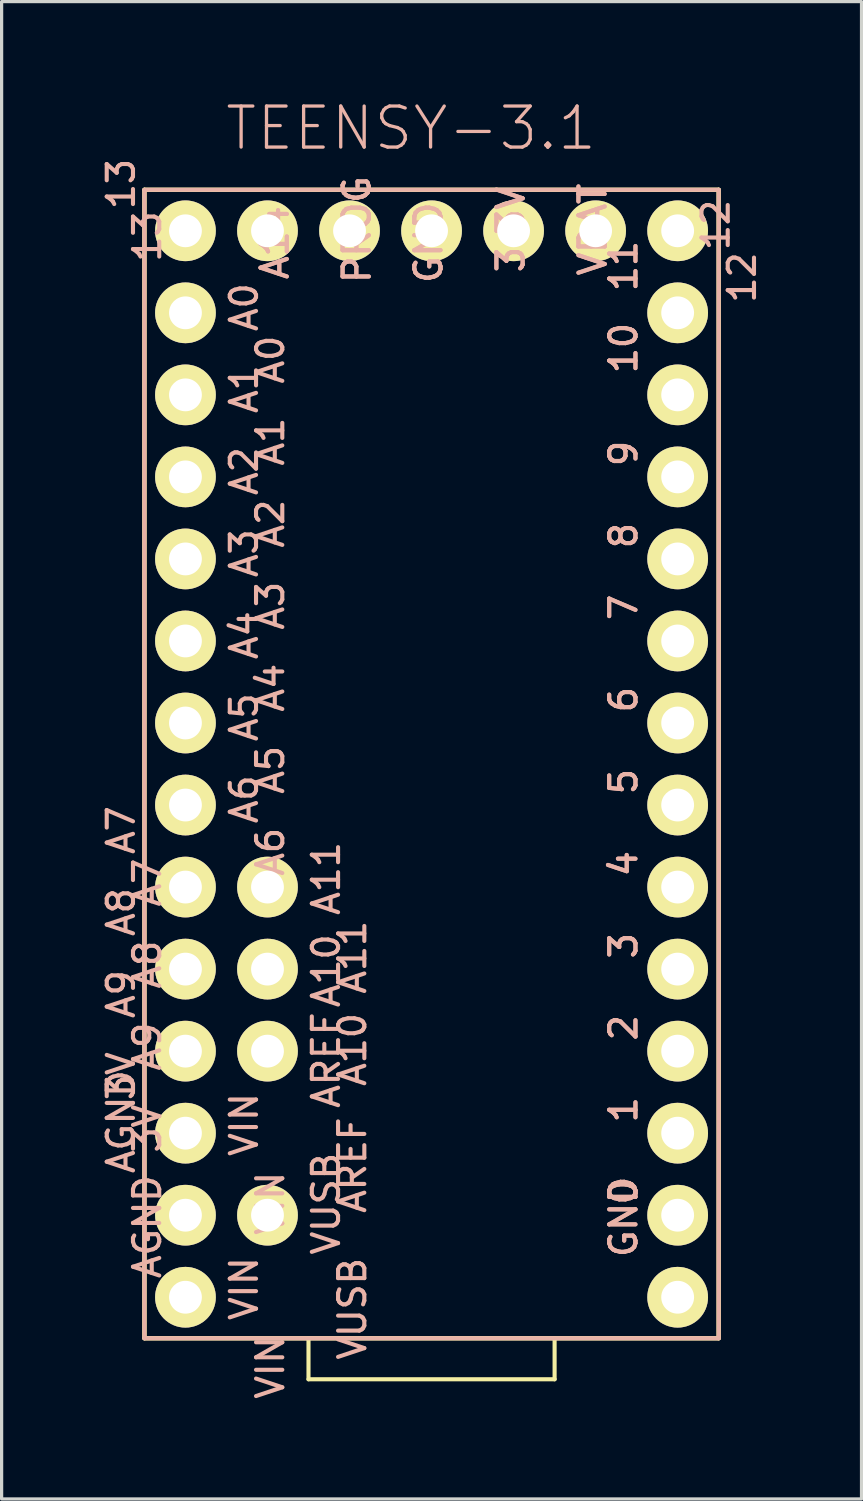
<source format=kicad_pcb>
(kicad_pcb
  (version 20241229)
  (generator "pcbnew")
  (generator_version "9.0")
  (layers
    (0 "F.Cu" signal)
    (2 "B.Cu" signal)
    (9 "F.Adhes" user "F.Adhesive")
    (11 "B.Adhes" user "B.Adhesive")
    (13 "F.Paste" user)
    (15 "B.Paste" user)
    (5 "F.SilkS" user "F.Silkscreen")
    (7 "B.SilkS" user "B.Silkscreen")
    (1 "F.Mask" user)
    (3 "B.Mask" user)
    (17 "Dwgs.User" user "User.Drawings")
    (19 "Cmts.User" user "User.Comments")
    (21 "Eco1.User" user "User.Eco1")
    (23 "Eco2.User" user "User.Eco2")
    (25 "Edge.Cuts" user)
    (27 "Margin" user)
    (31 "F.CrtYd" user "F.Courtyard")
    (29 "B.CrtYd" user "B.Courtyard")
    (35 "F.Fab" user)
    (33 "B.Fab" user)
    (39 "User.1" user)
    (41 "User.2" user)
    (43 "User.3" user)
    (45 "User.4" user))
  (footprint "TEENSY-3.1"
    (layer "F.Cu")
    (at 1.422 38.386)
    (property "Reference" "TEENSY-3.1" (at 8.255 -37.465 0) (layer "B.SilkS") (effects (font (size 1.27 1.27) (thickness 0.102))))
    (attr exclude_from_pos_files exclude_from_bom)
    (fp_line (start 0 -35.56) (end 17.78 -35.56) (stroke (width 0.127) (type solid)) (layer "F.SilkS"))
    (fp_line (start 0 -35.56) (end 17.78 -35.56) (stroke (width 0.127) (type solid)) (layer "F.SilkS"))
    (fp_line (start 0 0) (end 0 -35.56) (stroke (width 0.127) (type solid)) (layer "F.SilkS"))
    (fp_line (start 0 0) (end 0 -35.56) (stroke (width 0.127) (type solid)) (layer "F.SilkS"))
    (fp_line (start 5.08 0) (end 0 0) (stroke (width 0.127) (type solid)) (layer "F.SilkS"))
    (fp_line (start 5.08 1.27) (end 5.08 0) (stroke (width 0.127) (type solid)) (layer "F.SilkS"))
    (fp_line (start 5.08 1.27) (end 12.7 1.27) (stroke (width 0.127) (type solid)) (layer "F.SilkS"))
    (fp_line (start 12.7 0) (end 5.08 0) (stroke (width 0.127) (type solid)) (layer "F.SilkS"))
    (fp_line (start 12.7 1.27) (end 12.7 0) (stroke (width 0.127) (type solid)) (layer "F.SilkS"))
    (fp_line (start 17.78 -35.56) (end 17.78 0) (stroke (width 0.127) (type solid)) (layer "F.SilkS"))
    (fp_line (start 17.78 -35.56) (end 17.78 0) (stroke (width 0.127) (type solid)) (layer "F.SilkS"))
    (fp_line (start 17.78 0) (end 0 0) (stroke (width 0.127) (type solid)) (layer "F.SilkS"))
    (fp_line (start 17.78 0) (end 12.7 0) (stroke (width 0.127) (type solid)) (layer "F.SilkS"))
    (fp_line (start 0 -35.56) (end 17.78 -35.56) (stroke (width 0.127) (type solid)) (layer "B.SilkS"))
    (fp_line (start 0 0) (end 0 -35.56) (stroke (width 0.127) (type solid)) (layer "B.SilkS"))
    (fp_line (start 17.78 -35.56) (end 17.78 0) (stroke (width 0.127) (type solid)) (layer "B.SilkS"))
    (fp_line (start 17.78 0) (end 0 0) (stroke (width 0.127) (type solid)) (layer "B.SilkS"))
    (fp_text user "VUSB" (at 5.626 -4.166 90) (layer "B.SilkS") (effects (font (size 0.813 0.813) (thickness 0.127))))
    (fp_text user "6" (at 14.834 -19.774 90) (layer "B.SilkS") (effects (font (size 0.813 0.813) (thickness 0.127))))
    (fp_text user "A10" (at 6.439 -8.941 270) (layer "B.SilkS") (effects (font (size 0.813 0.813) (thickness 0.127))))
    (fp_text user "11" (at 14.834 -33.198 90) (layer "B.SilkS") (effects (font (size 0.813 0.813) (thickness 0.127))))
    (fp_text user "VUSB" (at 6.439 -0.914 270) (layer "B.SilkS") (effects (font (size 0.813 0.813) (thickness 0.127))))
    (fp_text user "10" (at 14.834 -30.658 90) (layer "B.SilkS") (effects (font (size 0.813 0.813) (thickness 0.127))))
    (fp_text user "VBAT" (at 13.881 -34.328 90) (layer "B.SilkS") (effects (font (size 0.813 0.813) (thickness 0.127))))
    (fp_text user "A1" (at 3.086 -29.388 90) (layer "B.SilkS") (effects (font (size 0.813 0.813) (thickness 0.127))))
    (fp_text user "GND" (at 14.834 -3.759 90) (layer "B.SilkS") (effects (font (size 0.813 0.813) (thickness 0.127))))
    (fp_text user "AREF" (at 5.626 -8.611 90) (layer "B.SilkS") (effects (font (size 0.813 0.813) (thickness 0.127))))
    (fp_text user "A0" (at 3.899 -30.302 270) (layer "B.SilkS") (effects (font (size 0.813 0.813) (thickness 0.127))))
    (fp_text user "A11" (at 5.626 -14.237 90) (layer "B.SilkS") (effects (font (size 0.813 0.813) (thickness 0.127))))
    (fp_text user "3" (at 14.834 -12.154 90) (layer "B.SilkS") (effects (font (size 0.813 0.813) (thickness 0.127))))
    (fp_text user "8" (at 14.834 -24.854 90) (layer "B.SilkS") (effects (font (size 0.813 0.813) (thickness 0.127))))
    (fp_text user "4" (at 14.834 -14.694 90) (layer "B.SilkS") (effects (font (size 0.813 0.813) (thickness 0.127))))
    (fp_text user "A0" (at 3.086 -31.925 90) (layer "B.SilkS") (effects (font (size 0.813 0.813) (thickness 0.127))))
    (fp_text user "3.3V" (at 11.341 -34.328 90) (layer "B.SilkS") (effects (font (size 0.813 0.813) (thickness 0.127))))
    (fp_text user "4" (at 14.834 -14.694 90) (layer "B.SilkS") (effects (font (size 0.813 0.813) (thickness 0.127))))
    (fp_text user "VIN" (at 3.899 -4.178 270) (layer "B.SilkS") (effects (font (size 0.813 0.813) (thickness 0.127))))
    (fp_text user "GND" (at 14.834 -3.759 90) (layer "B.SilkS") (effects (font (size 0.813 0.813) (thickness 0.127))))
    (fp_text user "A6" (at 3.899 -15.062 270) (layer "B.SilkS") (effects (font (size 0.813 0.813) (thickness 0.127))))
    (fp_text user "A5" (at 3.899 -17.6 270) (layer "B.SilkS") (effects (font (size 0.813 0.813) (thickness 0.127))))
    (fp_text user "3" (at 14.834 -12.154 90) (layer "B.SilkS") (effects (font (size 0.813 0.813) (thickness 0.127))))
    (fp_text user "A9" (at -0.724 -10.655 90) (layer "B.SilkS") (effects (font (size 0.813 0.813) (thickness 0.127))))
    (fp_text user "A1" (at 3.899 -27.762 270) (layer "B.SilkS") (effects (font (size 0.813 0.813) (thickness 0.127))))
    (fp_text user "2" (at 14.834 -9.614 90) (layer "B.SilkS") (effects (font (size 0.813 0.813) (thickness 0.127))))
    (fp_text user "VIN" (at 3.086 -6.617 90) (layer "B.SilkS") (effects (font (size 0.813 0.813) (thickness 0.127))))
    (fp_text user "A6" (at 3.086 -16.688 90) (layer "B.SilkS") (effects (font (size 0.813 0.813) (thickness 0.127))))
    (fp_text user "A7" (at 0.089 -14.11 270) (layer "B.SilkS") (effects (font (size 0.813 0.813) (thickness 0.127))))
    (fp_text user "9" (at 14.834 -27.394 90) (layer "B.SilkS") (effects (font (size 0.813 0.813) (thickness 0.127))))
    (fp_text user "AGND" (at -0.724 -6.706 90) (layer "B.SilkS") (effects (font (size 0.813 0.813) (thickness 0.127))))
    (fp_text user "8" (at 14.834 -24.854 90) (layer "B.SilkS") (effects (font (size 0.813 0.813) (thickness 0.127))))
    (fp_text user "A5" (at 3.086 -19.228 90) (layer "B.SilkS") (effects (font (size 0.813 0.813) (thickness 0.127))))
    (fp_text user "9" (at 14.834 -27.394 90) (layer "B.SilkS") (effects (font (size 0.813 0.813) (thickness 0.127))))
    (fp_text user "10" (at 14.834 -30.658 90) (layer "B.SilkS") (effects (font (size 0.813 0.813) (thickness 0.127))))
    (fp_text user "A3" (at 3.899 -22.682 270) (layer "B.SilkS") (effects (font (size 0.813 0.813) (thickness 0.127))))
    (fp_text user "PROG" (at 6.579 -34.328 90) (layer "B.SilkS") (effects (font (size 0.813 0.813) (thickness 0.127))))
    (fp_text user "A7" (at -0.724 -15.735 90) (layer "B.SilkS") (effects (font (size 0.813 0.813) (thickness 0.127))))
    (fp_text user "AREF" (at 6.439 -5.359 270) (layer "B.SilkS") (effects (font (size 0.813 0.813) (thickness 0.127))))
    (fp_text user "0" (at 14.834 -4.534 90) (layer "B.SilkS") (effects (font (size 0.813 0.813) (thickness 0.127))))
    (fp_text user "VBAT" (at 13.881 -34.328 90) (layer "B.SilkS") (effects (font (size 0.813 0.813) (thickness 0.127))))
    (fp_text user "VIN" (at 3.899 0.899 270) (layer "B.SilkS") (effects (font (size 0.813 0.813) (thickness 0.127))))
    (fp_text user "GND" (at 8.799 -33.922 90) (layer "B.SilkS") (effects (font (size 0.813 0.813) (thickness 0.127))))
    (fp_text user "1" (at 14.834 -7.074 90) (layer "B.SilkS") (effects (font (size 0.813 0.813) (thickness 0.127))))
    (fp_text user "A4" (at 3.899 -20.142 270) (layer "B.SilkS") (effects (font (size 0.813 0.813) (thickness 0.127))))
    (fp_text user "A10" (at 5.626 -11.379 90) (layer "B.SilkS") (effects (font (size 0.813 0.813) (thickness 0.127))))
    (fp_text user "2" (at 14.834 -9.614 90) (layer "B.SilkS") (effects (font (size 0.813 0.813) (thickness 0.127))))
    (fp_text user "12" (at 18.504 -32.842 270) (layer "B.SilkS") (effects (font (size 0.813 0.813) (thickness 0.127))))
    (fp_text user "6" (at 14.834 -19.774 90) (layer "B.SilkS") (effects (font (size 0.813 0.813) (thickness 0.127))))
    (fp_text user "5" (at 14.834 -17.234 90) (layer "B.SilkS") (effects (font (size 0.813 0.813) (thickness 0.127))))
    (fp_text user "AGND" (at 0.089 -3.454 270) (layer "B.SilkS") (effects (font (size 0.813 0.813) (thickness 0.127))))
    (fp_text user "A8" (at 0.089 -11.57 270) (layer "B.SilkS") (effects (font (size 0.813 0.813) (thickness 0.127))))
    (fp_text user "7" (at 14.834 -22.631 90) (layer "B.SilkS") (effects (font (size 0.813 0.813) (thickness 0.127))))
    (fp_text user "11" (at 14.834 -33.198 90) (layer "B.SilkS") (effects (font (size 0.813 0.813) (thickness 0.127))))
    (fp_text user "13" (at 0.089 -34.112 270) (layer "B.SilkS") (effects (font (size 0.813 0.813) (thickness 0.127))))
    (fp_text user "5" (at 14.834 -17.234 90) (layer "B.SilkS") (effects (font (size 0.813 0.813) (thickness 0.127))))
    (fp_text user "A11" (at 6.439 -11.798 270) (layer "B.SilkS") (effects (font (size 0.813 0.813) (thickness 0.127))))
    (fp_text user "0" (at 14.834 -4.534 90) (layer "B.SilkS") (effects (font (size 0.813 0.813) (thickness 0.127))))
    (fp_text user "A3" (at 3.086 -24.308 90) (layer "B.SilkS") (effects (font (size 0.813 0.813) (thickness 0.127))))
    (fp_text user "A14" (at 4.039 -33.922 90) (layer "B.SilkS") (effects (font (size 0.813 0.813) (thickness 0.127))))
    (fp_text user "7" (at 14.834 -22.631 90) (layer "B.SilkS") (effects (font (size 0.813 0.813) (thickness 0.127))))
    (fp_text user "VIN" (at 3.086 -1.537 90) (layer "B.SilkS") (effects (font (size 0.813 0.813) (thickness 0.127))))
    (fp_text user "A2" (at 3.086 -26.848 90) (layer "B.SilkS") (effects (font (size 0.813 0.813) (thickness 0.127))))
    (fp_text user "GND" (at 8.799 -33.922 90) (layer "B.SilkS") (effects (font (size 0.813 0.813) (thickness 0.127))))
    (fp_text user "PROG" (at 6.579 -34.328 90) (layer "B.SilkS") (effects (font (size 0.813 0.813) (thickness 0.127))))
    (fp_text user "A9" (at 0.089 -9.03 270) (layer "B.SilkS") (effects (font (size 0.813 0.813) (thickness 0.127))))
    (fp_text user "A14" (at 4.039 -33.922 90) (layer "B.SilkS") (effects (font (size 0.813 0.813) (thickness 0.127))))
    (fp_text user "12" (at 17.691 -34.468 90) (layer "B.SilkS") (effects (font (size 0.813 0.813) (thickness 0.127))))
    (fp_text user "3V" (at 0.089 -6.49 270) (layer "B.SilkS") (effects (font (size 0.813 0.813) (thickness 0.127))))
    (fp_text user "A2" (at 3.899 -25.222 270) (layer "B.SilkS") (effects (font (size 0.813 0.813) (thickness 0.127))))
    (fp_text user "3V" (at -0.724 -8.115 90) (layer "B.SilkS") (effects (font (size 0.813 0.813) (thickness 0.127))))
    (fp_text user "3.3V" (at 11.341 -34.328 90) (layer "B.SilkS") (effects (font (size 0.813 0.813) (thickness 0.127))))
    (fp_text user "A8" (at -0.724 -13.195 90) (layer "B.SilkS") (effects (font (size 0.813 0.813) (thickness 0.127))))
    (fp_text user "1" (at 14.834 -7.074 90) (layer "B.SilkS") (effects (font (size 0.813 0.813) (thickness 0.127))))
    (fp_text user "13" (at -0.724 -35.738 90) (layer "B.SilkS") (effects (font (size 0.813 0.813) (thickness 0.127))))
    (fp_text user "A4" (at 3.086 -21.768 90) (layer "B.SilkS") (effects (font (size 0.813 0.813) (thickness 0.127))))
    (pad "0" thru_hole circle (at 16.51 -3.81) (size 1.88 1.88) (drill 1.016) (layers "*.Cu" "F.Mask" "F.SilkS" "F.Paste"))
    (pad "1" thru_hole circle (at 16.51 -6.35) (size 1.88 1.88) (drill 1.016) (layers "*.Cu" "F.Mask" "F.SilkS" "F.Paste"))
    (pad "2" thru_hole circle (at 16.51 -8.89) (size 1.88 1.88) (drill 1.016) (layers "*.Cu" "F.Mask" "F.SilkS" "F.Paste"))
    (pad "3" thru_hole circle (at 16.51 -11.43) (size 1.88 1.88) (drill 1.016) (layers "*.Cu" "F.Mask" "F.SilkS" "F.Paste"))
    (pad "3.3V" thru_hole circle (at 11.43 -34.29) (size 1.88 1.88) (drill 1.016) (layers "*.Cu" "F.Mask" "F.SilkS" "F.Paste"))
    (pad "3V" thru_hole circle (at 1.27 -6.35) (size 1.88 1.88) (drill 1.016) (layers "*.Cu" "F.Mask" "F.SilkS" "F.Paste"))
    (pad "4" thru_hole circle (at 16.51 -13.97) (size 1.88 1.88) (drill 1.016) (layers "*.Cu" "F.Mask" "F.SilkS" "F.Paste"))
    (pad "5" thru_hole circle (at 16.51 -16.51) (size 1.88 1.88) (drill 1.016) (layers "*.Cu" "F.Mask" "F.SilkS" "F.Paste"))
    (pad "6" thru_hole circle (at 16.51 -19.05) (size 1.88 1.88) (drill 1.016) (layers "*.Cu" "F.Mask" "F.SilkS" "F.Paste"))
    (pad "7" thru_hole circle (at 16.51 -21.59) (size 1.88 1.88) (drill 1.016) (layers "*.Cu" "F.Mask" "F.SilkS" "F.Paste"))
    (pad "8" thru_hole circle (at 16.51 -24.13) (size 1.88 1.88) (drill 1.016) (layers "*.Cu" "F.Mask" "F.SilkS" "F.Paste"))
    (pad "9" thru_hole circle (at 16.51 -26.67) (size 1.88 1.88) (drill 1.016) (layers "*.Cu" "F.Mask" "F.SilkS" "F.Paste"))
    (pad "10" thru_hole circle (at 16.51 -29.21) (size 1.88 1.88) (drill 1.016) (layers "*.Cu" "F.Mask" "F.SilkS" "F.Paste"))
    (pad "11" thru_hole circle (at 16.51 -31.75) (size 1.88 1.88) (drill 1.016) (layers "*.Cu" "F.Mask" "F.SilkS" "F.Paste"))
    (pad "12" thru_hole circle (at 16.51 -34.29) (size 1.88 1.88) (drill 1.016) (layers "*.Cu" "F.Mask" "F.SilkS" "F.Paste"))
    (pad "13" thru_hole circle (at 1.27 -34.29) (size 1.88 1.88) (drill 1.016) (layers "*.Cu" "F.Mask" "F.SilkS" "F.Paste"))
    (pad "14" thru_hole circle (at 1.27 -31.75) (size 1.88 1.88) (drill 1.016) (layers "*.Cu" "F.Mask" "F.SilkS" "F.Paste"))
    (pad "15" thru_hole circle (at 1.27 -29.21) (size 1.88 1.88) (drill 1.016) (layers "*.Cu" "F.Mask" "F.SilkS" "F.Paste"))
    (pad "16" thru_hole circle (at 1.27 -26.67) (size 1.88 1.88) (drill 1.016) (layers "*.Cu" "F.Mask" "F.SilkS" "F.Paste"))
    (pad "17" thru_hole circle (at 1.27 -24.13) (size 1.88 1.88) (drill 1.016) (layers "*.Cu" "F.Mask" "F.SilkS" "F.Paste"))
    (pad "18" thru_hole circle (at 1.27 -21.59) (size 1.88 1.88) (drill 1.016) (layers "*.Cu" "F.Mask" "F.SilkS" "F.Paste"))
    (pad "19" thru_hole circle (at 1.27 -19.05) (size 1.88 1.88) (drill 1.016) (layers "*.Cu" "F.Mask" "F.SilkS" "F.Paste"))
    (pad "20" thru_hole circle (at 1.27 -16.51) (size 1.88 1.88) (drill 1.016) (layers "*.Cu" "F.Mask" "F.SilkS" "F.Paste"))
    (pad "21" thru_hole circle (at 1.27 -13.97) (size 1.88 1.88) (drill 1.016) (layers "*.Cu" "F.Mask" "F.SilkS" "F.Paste"))
    (pad "22" thru_hole circle (at 1.27 -11.43) (size 1.88 1.88) (drill 1.016) (layers "*.Cu" "F.Mask" "F.SilkS" "F.Paste"))
    (pad "23" thru_hole circle (at 1.27 -8.89) (size 1.88 1.88) (drill 1.016) (layers "*.Cu" "F.Mask" "F.SilkS" "F.Paste"))
    (pad "A10" thru_hole circle (at 3.81 -11.43) (size 1.88 1.88) (drill 1.016) (layers "*.Cu" "F.Mask" "F.SilkS" "F.Paste"))
    (pad "A11" thru_hole circle (at 3.81 -13.97) (size 1.88 1.88) (drill 1.016) (layers "*.Cu" "F.Mask" "F.SilkS" "F.Paste"))
    (pad "A14/" thru_hole circle (at 3.81 -34.29) (size 1.88 1.88) (drill 1.016) (layers "*.Cu" "F.Mask" "F.SilkS" "F.Paste"))
    (pad "AGND" thru_hole circle (at 1.27 -3.81) (size 1.88 1.88) (drill 1.016) (layers "*.Cu" "F.Mask" "F.SilkS" "F.Paste"))
    (pad "AREF" thru_hole circle (at 3.81 -8.89) (size 1.88 1.88) (drill 1.016) (layers "*.Cu" "F.Mask" "F.SilkS" "F.Paste"))
    (pad "GND" thru_hole circle (at 8.89 -34.29) (size 1.88 1.88) (drill 1.016) (layers "*.Cu" "F.Mask" "F.SilkS" "F.Paste"))
    (pad "GND1" thru_hole circle (at 16.51 -1.27) (size 1.88 1.88) (drill 1.016) (layers "*.Cu" "F.Mask" "F.SilkS" "F.Paste"))
    (pad "PROG" thru_hole circle (at 6.35 -34.29) (size 1.88 1.88) (drill 1.016) (layers "*.Cu" "F.Mask" "F.SilkS" "F.Paste"))
    (pad "VBAT" thru_hole circle (at 13.97 -34.29) (size 1.88 1.88) (drill 1.016) (layers "*.Cu" "F.Mask" "F.SilkS" "F.Paste"))
    (pad "VIN" thru_hole circle (at 1.27 -1.27) (size 1.88 1.88) (drill 1.016) (layers "*.Cu" "F.Mask" "F.SilkS" "F.Paste"))
    (pad "VUSB" thru_hole circle (at 3.81 -3.81) (size 1.88 1.88) (drill 1.016) (layers "*.Cu" "F.Mask" "F.SilkS" "F.Paste")))
  (gr_rect
    (start -3 -3)
    (end 23.625 43.362)
    (stroke (width 0.1) (type default))
    (fill no)
    (layer "Edge.Cuts")))
</source>
